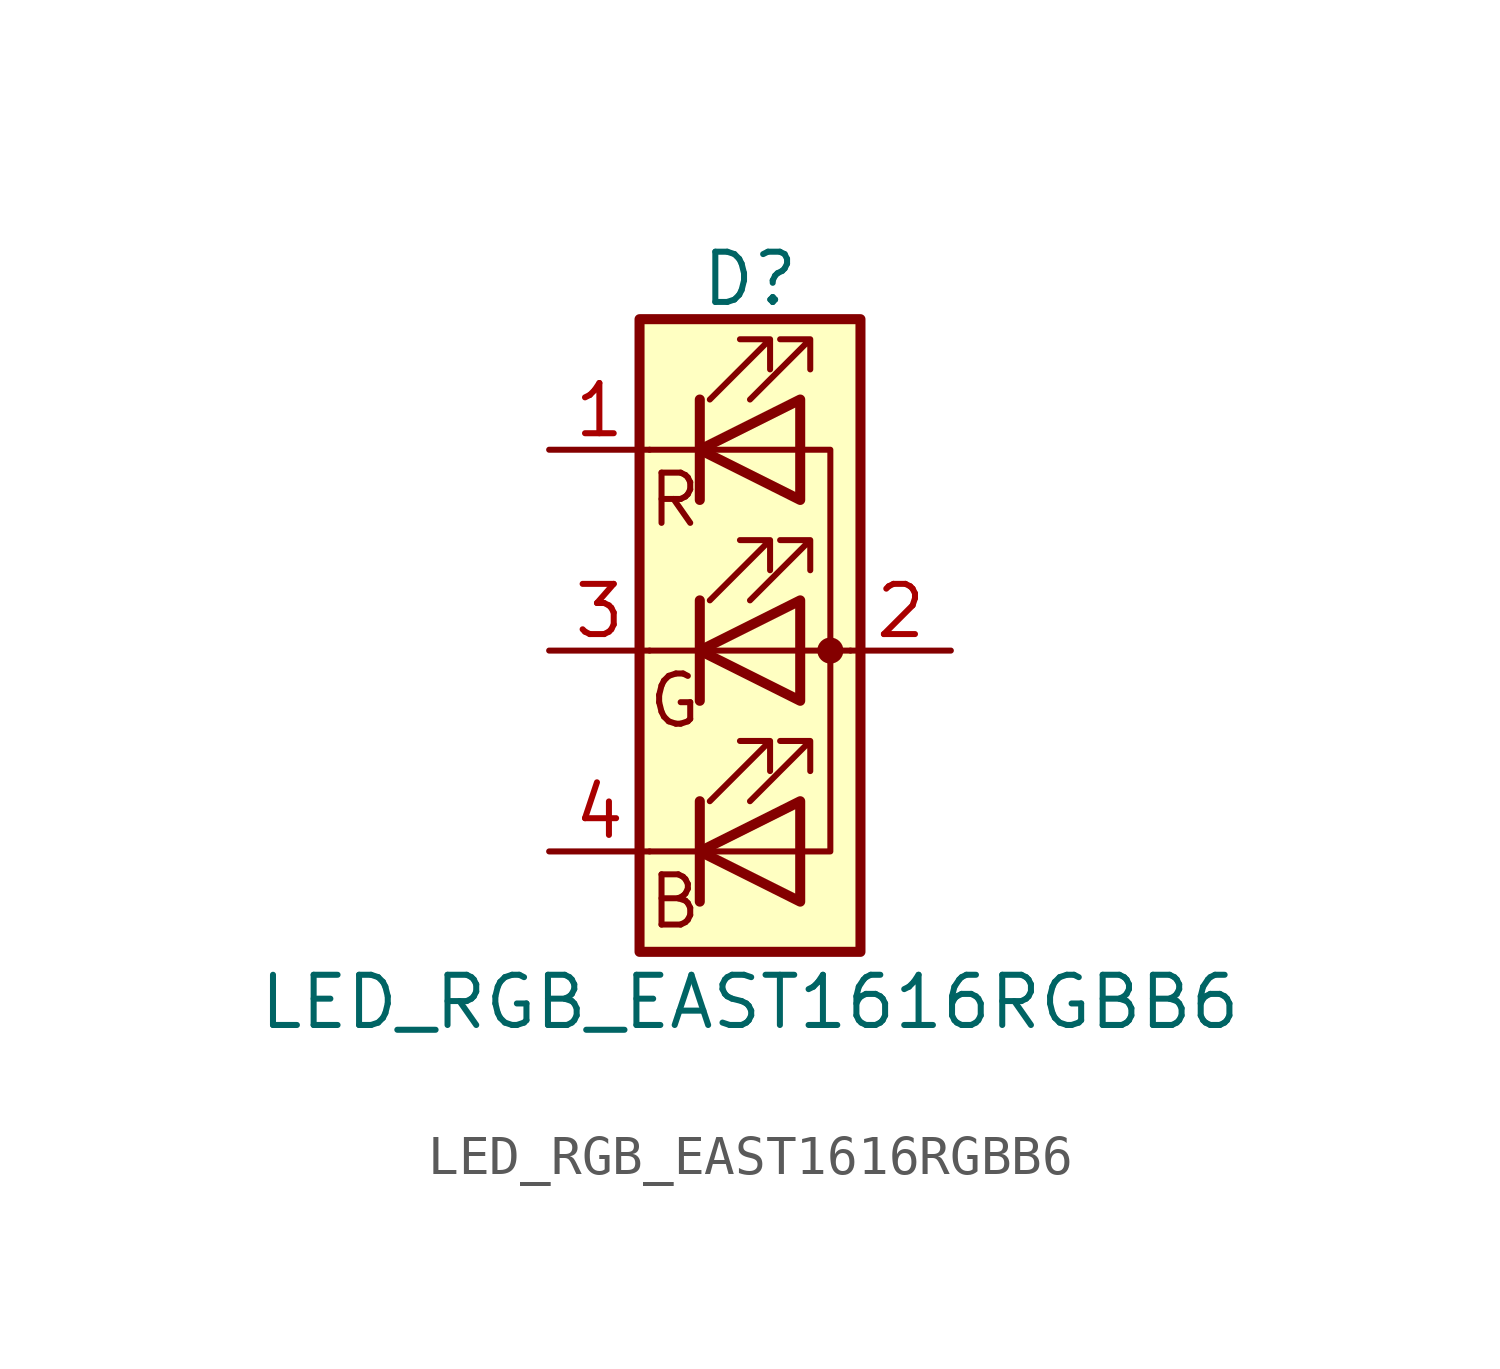
<source format=kicad_sym>
(kicad_symbol_lib
  (version 20211014)
  (generator kicad_symbol_editor)
  (symbol "LED_RGB_EAST1616RGBB6"
    (pin_names
      (offset 0) hide)
    (property "Reference" "D"
      (at 0 9.398 0)
      (effects (font (size 1.27 1.27))))
    (property "Value" "LED_RGB_EAST1616RGBB6"
      (at 0 -8.89 0)
      (effects (font (size 1.27 1.27))))
    (symbol "LED_RGB_EAST1616RGBB6_0_0"
      (text "B" (at -1.905 -6.35 0) (effects (font (size 1.27 1.27))))
      (text "G" (at -1.905 -1.27 0) (effects (font (size 1.27 1.27))))
      (text "R" (at -1.905 3.81 0) (effects (font (size 1.27 1.27)))))
    (symbol "LED_RGB_EAST1616RGBB6_0_1"
      (polyline (pts (xy -1.27 -5.08) (xy -2.54 -5.08)) (stroke (width 0) (type default) (color 0 0 0 0)) (fill (type none)))
      (polyline (pts (xy -1.27 -5.08) (xy 1.27 -5.08)) (stroke (width 0) (type default) (color 0 0 0 0)) (fill (type none)))
      (polyline (pts (xy -1.27 -3.81) (xy -1.27 -6.35)) (stroke (width 0.254) (type default) (color 0 0 0 0)) (fill (type none)))
      (polyline (pts (xy -1.27 0) (xy -2.54 0)) (stroke (width 0) (type default) (color 0 0 0 0)) (fill (type none)))
      (polyline (pts (xy -1.27 1.27) (xy -1.27 -1.27)) (stroke (width 0.254) (type default) (color 0 0 0 0)) (fill (type none)))
      (polyline (pts (xy -1.27 5.08) (xy -2.54 5.08)) (stroke (width 0) (type default) (color 0 0 0 0)) (fill (type none)))
      (polyline (pts (xy -1.27 5.08) (xy 1.27 5.08)) (stroke (width 0) (type default) (color 0 0 0 0)) (fill (type none)))
      (polyline (pts (xy -1.27 6.35) (xy -1.27 3.81)) (stroke (width 0.254) (type default) (color 0 0 0 0)) (fill (type none)))
      (polyline (pts (xy 1.27 0) (xy -1.27 0)) (stroke (width 0) (type default) (color 0 0 0 0)) (fill (type none)))
      (polyline (pts (xy 1.27 0) (xy 2.54 0)) (stroke (width 0) (type default) (color 0 0 0 0)) (fill (type none)))
      (polyline (pts (xy -1.27 1.27) (xy -1.27 -1.27) (xy -1.27 -1.27)) (stroke (width 0) (type default) (color 0 0 0 0)) (fill (type none)))
      (polyline (pts (xy -1.27 6.35) (xy -1.27 3.81) (xy -1.27 3.81)) (stroke (width 0) (type default) (color 0 0 0 0)) (fill (type none)))
      (polyline (pts (xy 1.27 -5.08) (xy 2.032 -5.08) (xy 2.032 5.08) (xy 1.27 5.08)) (stroke (width 0) (type default) (color 0 0 0 0)) (fill (type none)))
      (polyline (pts (xy 1.27 -3.81) (xy 1.27 -6.35) (xy -1.27 -5.08) (xy 1.27 -3.81)) (stroke (width 0.254) (type default) (color 0 0 0 0)) (fill (type none)))
      (polyline (pts (xy 1.27 1.27) (xy 1.27 -1.27) (xy -1.27 0) (xy 1.27 1.27)) (stroke (width 0.254) (type default) (color 0 0 0 0)) (fill (type none)))
      (polyline (pts (xy 1.27 6.35) (xy 1.27 3.81) (xy -1.27 5.08) (xy 1.27 6.35)) (stroke (width 0.254) (type default) (color 0 0 0 0)) (fill (type none)))
      (polyline (pts (xy -1.016 -3.81) (xy 0.508 -2.286) (xy -0.254 -2.286) (xy 0.508 -2.286) (xy 0.508 -3.048)) (stroke (width 0) (type default) (color 0 0 0 0)) (fill (type none)))
      (polyline (pts (xy -1.016 1.27) (xy 0.508 2.794) (xy -0.254 2.794) (xy 0.508 2.794) (xy 0.508 2.032)) (stroke (width 0) (type default) (color 0 0 0 0)) (fill (type none)))
      (polyline (pts (xy -1.016 6.35) (xy 0.508 7.874) (xy -0.254 7.874) (xy 0.508 7.874) (xy 0.508 7.112)) (stroke (width 0) (type default) (color 0 0 0 0)) (fill (type none)))
      (polyline (pts (xy 0 -3.81) (xy 1.524 -2.286) (xy 0.762 -2.286) (xy 1.524 -2.286) (xy 1.524 -3.048)) (stroke (width 0) (type default) (color 0 0 0 0)) (fill (type none)))
      (polyline (pts (xy 0 1.27) (xy 1.524 2.794) (xy 0.762 2.794) (xy 1.524 2.794) (xy 1.524 2.032)) (stroke (width 0) (type default) (color 0 0 0 0)) (fill (type none)))
      (polyline (pts (xy 0 6.35) (xy 1.524 7.874) (xy 0.762 7.874) (xy 1.524 7.874) (xy 1.524 7.112)) (stroke (width 0) (type default) (color 0 0 0 0)) (fill (type none)))
      (rectangle (start 1.27 -1.27) (end 1.27 1.27) (stroke (width 0) (type default) (color 0 0 0 0)) (fill (type none)))
      (rectangle (start 1.27 1.27) (end 1.27 1.27) (stroke (width 0) (type default) (color 0 0 0 0)) (fill (type none)))
      (rectangle (start 1.27 3.81) (end 1.27 6.35) (stroke (width 0) (type default) (color 0 0 0 0)) (fill (type none)))
      (rectangle (start 1.27 6.35) (end 1.27 6.35) (stroke (width 0) (type default) (color 0 0 0 0)) (fill (type none)))
      (circle (center 2.032 0) (radius 0.254) (stroke (width 0) (type default) (color 0 0 0 0)) (fill (type outline)))
      (rectangle (start 2.794 8.382) (end -2.794 -7.62) (stroke (width 0.254) (type default) (color 0 0 0 0)) (fill (type background))))
    (symbol "LED_RGB_EAST1616RGBB6_1_1"
      (pin passive line (at -5.08 5.08 0) (length 2.54) (name "RK" (effects (font (size 1.27 1.27)))) (number "1" (effects (font (size 1.27 1.27)))))
      (pin passive line (at 5.08 0 180) (length 2.54) (name "A" (effects (font (size 1.27 1.27)))) (number "2" (effects (font (size 1.27 1.27)))))
      (pin passive line (at -5.08 0 0) (length 2.54) (name "GK" (effects (font (size 1.27 1.27)))) (number "3" (effects (font (size 1.27 1.27)))))
      (pin passive line (at -5.08 -5.08 0) (length 2.54) (name "BK" (effects (font (size 1.27 1.27)))) (number "4" (effects (font (size 1.27 1.27))))))))
</source>
